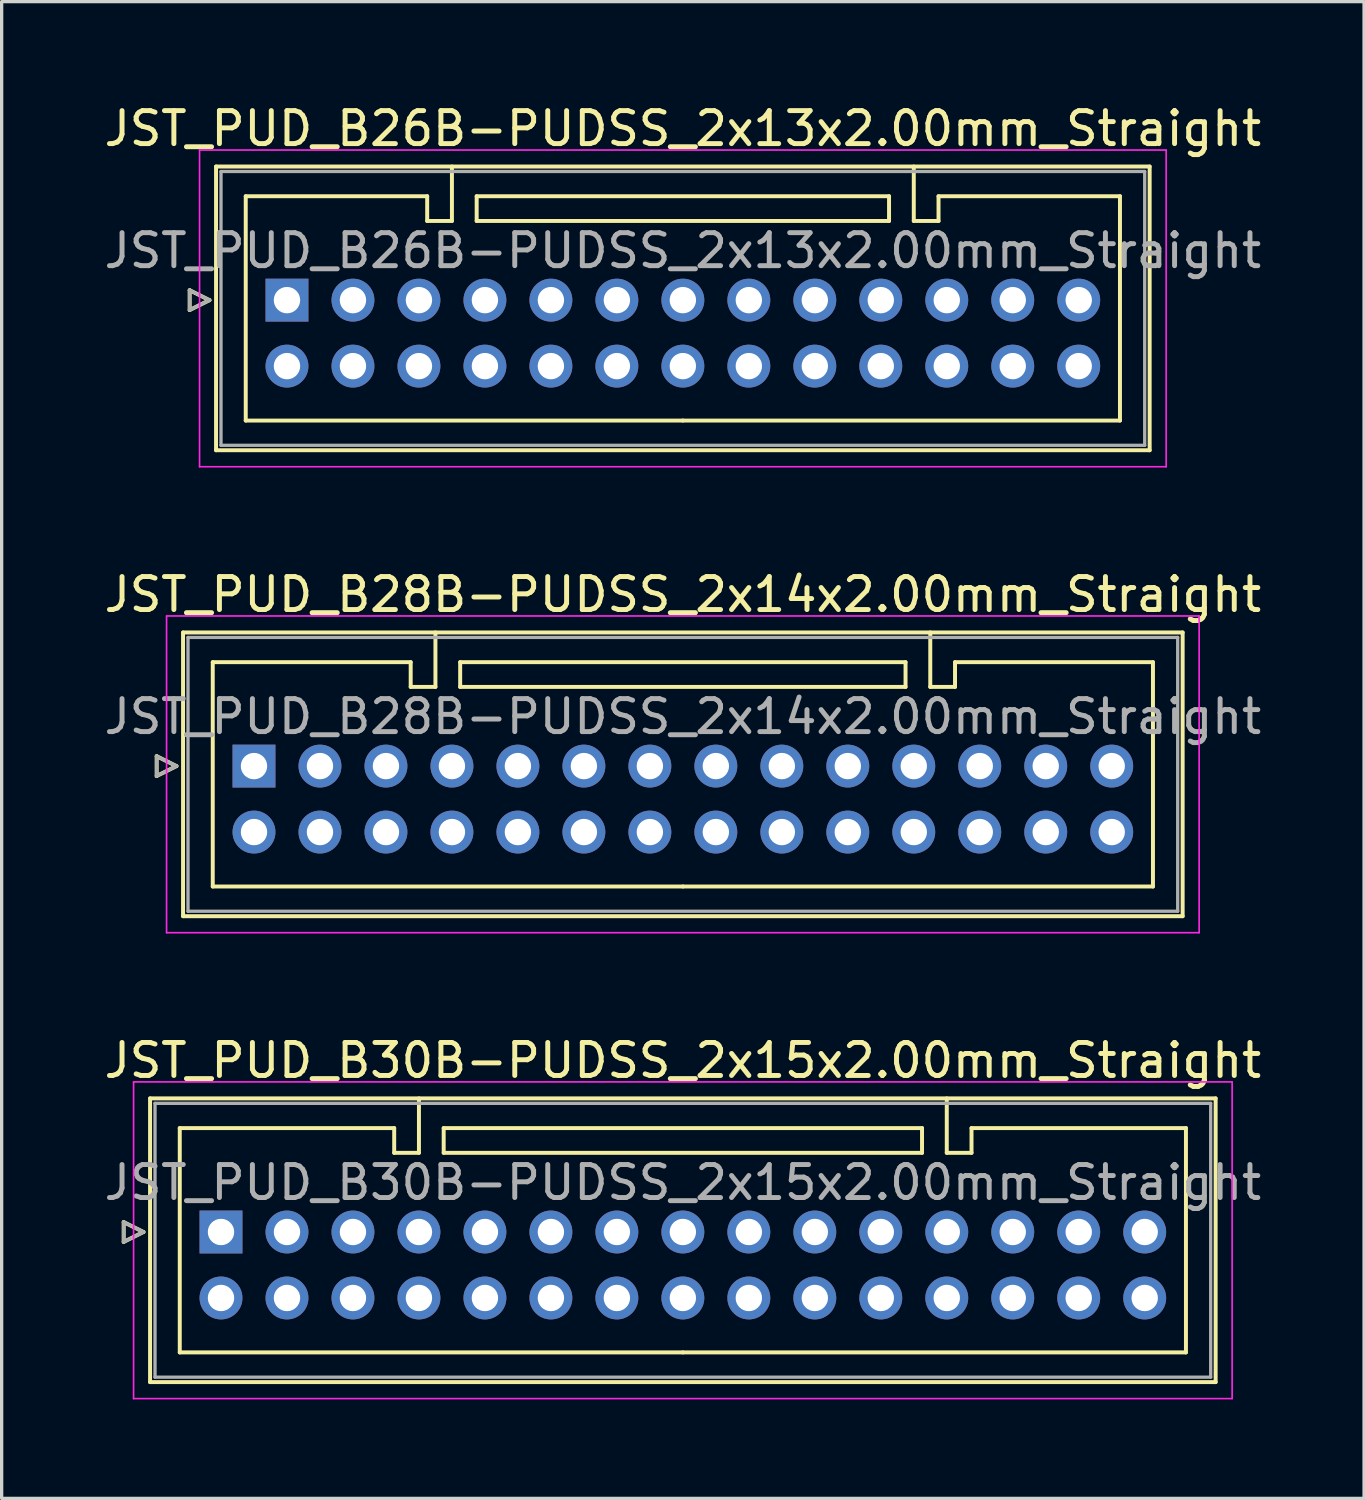
<source format=kicad_pcb>
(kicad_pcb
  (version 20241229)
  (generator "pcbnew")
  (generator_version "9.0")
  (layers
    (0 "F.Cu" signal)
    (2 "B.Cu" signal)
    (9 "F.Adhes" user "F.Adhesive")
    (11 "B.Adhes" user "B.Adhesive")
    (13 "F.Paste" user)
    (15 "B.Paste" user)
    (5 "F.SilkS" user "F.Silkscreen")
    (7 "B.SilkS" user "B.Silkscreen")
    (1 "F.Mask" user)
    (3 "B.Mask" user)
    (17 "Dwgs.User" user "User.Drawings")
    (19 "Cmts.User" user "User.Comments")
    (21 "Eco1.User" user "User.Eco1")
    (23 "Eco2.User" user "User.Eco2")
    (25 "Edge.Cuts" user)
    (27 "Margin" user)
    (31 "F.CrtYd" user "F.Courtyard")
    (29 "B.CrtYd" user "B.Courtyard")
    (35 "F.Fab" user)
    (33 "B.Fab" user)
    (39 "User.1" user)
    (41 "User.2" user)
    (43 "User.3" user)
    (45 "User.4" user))
  (footprint "JST_PUD_B30B-PUDSS_2x15x2.00mm_Straight"
    (layer "F.Cu")
    (at 3.649 34.295)
    (property "Reference" "JST_PUD_B30B-PUDSS_2x15x2.00mm_Straight" (at 14 -5.2 0) (layer "F.SilkS") (effects (font (size 1 1) (thickness 0.15))))
    (attr through_hole)
    (fp_line (start -2.95 -0.3) (end -2.35 0) (stroke (width 0.12) (type solid)) (layer "F.SilkS"))
    (fp_line (start -2.95 0.3) (end -2.95 -0.3) (stroke (width 0.12) (type solid)) (layer "F.SilkS"))
    (fp_line (start -2.35 0) (end -2.95 0.3) (stroke (width 0.12) (type solid)) (layer "F.SilkS"))
    (fp_line (start -2.15 -4.05) (end -2.15 4.55) (stroke (width 0.12) (type solid)) (layer "F.SilkS"))
    (fp_line (start -2.15 4.55) (end 30.15 4.55) (stroke (width 0.12) (type solid)) (layer "F.SilkS"))
    (fp_line (start -1.25 -3.15) (end -1.25 3.65) (stroke (width 0.12) (type solid)) (layer "F.SilkS"))
    (fp_line (start -1.25 3.65) (end 14 3.65) (stroke (width 0.12) (type solid)) (layer "F.SilkS"))
    (fp_line (start 5.25 -3.15) (end -1.25 -3.15) (stroke (width 0.12) (type solid)) (layer "F.SilkS"))
    (fp_line (start 5.25 -2.4) (end 5.25 -3.15) (stroke (width 0.12) (type solid)) (layer "F.SilkS"))
    (fp_line (start 6 -4.05) (end 6 -2.4) (stroke (width 0.12) (type solid)) (layer "F.SilkS"))
    (fp_line (start 6 -2.4) (end 5.25 -2.4) (stroke (width 0.12) (type solid)) (layer "F.SilkS"))
    (fp_line (start 6.75 -3.15) (end 6.75 -2.4) (stroke (width 0.12) (type solid)) (layer "F.SilkS"))
    (fp_line (start 6.75 -2.4) (end 21.25 -2.4) (stroke (width 0.12) (type solid)) (layer "F.SilkS"))
    (fp_line (start 21.25 -3.15) (end 6.75 -3.15) (stroke (width 0.12) (type solid)) (layer "F.SilkS"))
    (fp_line (start 21.25 -2.4) (end 21.25 -3.15) (stroke (width 0.12) (type solid)) (layer "F.SilkS"))
    (fp_line (start 22 -4.05) (end 22 -2.4) (stroke (width 0.12) (type solid)) (layer "F.SilkS"))
    (fp_line (start 22 -2.4) (end 22.75 -2.4) (stroke (width 0.12) (type solid)) (layer "F.SilkS"))
    (fp_line (start 22.75 -3.15) (end 29.25 -3.15) (stroke (width 0.12) (type solid)) (layer "F.SilkS"))
    (fp_line (start 22.75 -2.4) (end 22.75 -3.15) (stroke (width 0.12) (type solid)) (layer "F.SilkS"))
    (fp_line (start 29.25 -3.15) (end 29.25 3.65) (stroke (width 0.12) (type solid)) (layer "F.SilkS"))
    (fp_line (start 29.25 3.65) (end 14 3.65) (stroke (width 0.12) (type solid)) (layer "F.SilkS"))
    (fp_line (start 30.15 -4.05) (end -2.15 -4.05) (stroke (width 0.12) (type solid)) (layer "F.SilkS"))
    (fp_line (start 30.15 4.55) (end 30.15 -4.05) (stroke (width 0.12) (type solid)) (layer "F.SilkS"))
    (fp_line (start -2.65 -4.55) (end -2.65 5.05) (stroke (width 0.05) (type solid)) (layer "F.CrtYd"))
    (fp_line (start -2.65 5.05) (end 30.65 5.05) (stroke (width 0.05) (type solid)) (layer "F.CrtYd"))
    (fp_line (start 30.65 -4.55) (end -2.65 -4.55) (stroke (width 0.05) (type solid)) (layer "F.CrtYd"))
    (fp_line (start 30.65 5.05) (end 30.65 -4.55) (stroke (width 0.05) (type solid)) (layer "F.CrtYd"))
    (fp_line (start -2.95 -0.3) (end -2.35 0) (stroke (width 0.1) (type solid)) (layer "F.Fab"))
    (fp_line (start -2.95 0.3) (end -2.95 -0.3) (stroke (width 0.1) (type solid)) (layer "F.Fab"))
    (fp_line (start -2.35 0) (end -2.95 0.3) (stroke (width 0.1) (type solid)) (layer "F.Fab"))
    (fp_line (start -2 -3.9) (end -2 4.4) (stroke (width 0.1) (type solid)) (layer "F.Fab"))
    (fp_line (start -2 4.4) (end 30 4.4) (stroke (width 0.1) (type solid)) (layer "F.Fab"))
    (fp_line (start 30 -3.9) (end -2 -3.9) (stroke (width 0.1) (type solid)) (layer "F.Fab"))
    (fp_line (start 30 4.4) (end 30 -3.9) (stroke (width 0.1) (type solid)) (layer "F.Fab"))
    (fp_text user "${REFERENCE}" (at 14 -1.5 0) (layer "F.Fab") (effects (font (size 1 1) (thickness 0.15))))
    (pad "1" thru_hole rect (at 0 0) (size 1.3 1.3) (drill 0.8) (layers "*.Cu" "*.Mask"))
    (pad "2" thru_hole circle (at 0 2) (size 1.3 1.3) (drill 0.8) (layers "*.Cu" "*.Mask"))
    (pad "3" thru_hole circle (at 2 0) (size 1.3 1.3) (drill 0.8) (layers "*.Cu" "*.Mask"))
    (pad "4" thru_hole circle (at 2 2) (size 1.3 1.3) (drill 0.8) (layers "*.Cu" "*.Mask"))
    (pad "5" thru_hole circle (at 4 0) (size 1.3 1.3) (drill 0.8) (layers "*.Cu" "*.Mask"))
    (pad "6" thru_hole circle (at 4 2) (size 1.3 1.3) (drill 0.8) (layers "*.Cu" "*.Mask"))
    (pad "7" thru_hole circle (at 6 0) (size 1.3 1.3) (drill 0.8) (layers "*.Cu" "*.Mask"))
    (pad "8" thru_hole circle (at 6 2) (size 1.3 1.3) (drill 0.8) (layers "*.Cu" "*.Mask"))
    (pad "9" thru_hole circle (at 8 0) (size 1.3 1.3) (drill 0.8) (layers "*.Cu" "*.Mask"))
    (pad "10" thru_hole circle (at 8 2) (size 1.3 1.3) (drill 0.8) (layers "*.Cu" "*.Mask"))
    (pad "11" thru_hole circle (at 10 0) (size 1.3 1.3) (drill 0.8) (layers "*.Cu" "*.Mask"))
    (pad "12" thru_hole circle (at 10 2) (size 1.3 1.3) (drill 0.8) (layers "*.Cu" "*.Mask"))
    (pad "13" thru_hole circle (at 12 0) (size 1.3 1.3) (drill 0.8) (layers "*.Cu" "*.Mask"))
    (pad "14" thru_hole circle (at 12 2) (size 1.3 1.3) (drill 0.8) (layers "*.Cu" "*.Mask"))
    (pad "15" thru_hole circle (at 14 0) (size 1.3 1.3) (drill 0.8) (layers "*.Cu" "*.Mask"))
    (pad "16" thru_hole circle (at 14 2) (size 1.3 1.3) (drill 0.8) (layers "*.Cu" "*.Mask"))
    (pad "17" thru_hole circle (at 16 0) (size 1.3 1.3) (drill 0.8) (layers "*.Cu" "*.Mask"))
    (pad "18" thru_hole circle (at 16 2) (size 1.3 1.3) (drill 0.8) (layers "*.Cu" "*.Mask"))
    (pad "19" thru_hole circle (at 18 0) (size 1.3 1.3) (drill 0.8) (layers "*.Cu" "*.Mask"))
    (pad "20" thru_hole circle (at 18 2) (size 1.3 1.3) (drill 0.8) (layers "*.Cu" "*.Mask"))
    (pad "21" thru_hole circle (at 20 0) (size 1.3 1.3) (drill 0.8) (layers "*.Cu" "*.Mask"))
    (pad "22" thru_hole circle (at 20 2) (size 1.3 1.3) (drill 0.8) (layers "*.Cu" "*.Mask"))
    (pad "23" thru_hole circle (at 22 0) (size 1.3 1.3) (drill 0.8) (layers "*.Cu" "*.Mask"))
    (pad "24" thru_hole circle (at 22 2) (size 1.3 1.3) (drill 0.8) (layers "*.Cu" "*.Mask"))
    (pad "25" thru_hole circle (at 24 0) (size 1.3 1.3) (drill 0.8) (layers "*.Cu" "*.Mask"))
    (pad "26" thru_hole circle (at 24 2) (size 1.3 1.3) (drill 0.8) (layers "*.Cu" "*.Mask"))
    (pad "27" thru_hole circle (at 26 0) (size 1.3 1.3) (drill 0.8) (layers "*.Cu" "*.Mask"))
    (pad "28" thru_hole circle (at 26 2) (size 1.3 1.3) (drill 0.8) (layers "*.Cu" "*.Mask"))
    (pad "29" thru_hole circle (at 28 0) (size 1.3 1.3) (drill 0.8) (layers "*.Cu" "*.Mask"))
    (pad "30" thru_hole circle (at 28 2) (size 1.3 1.3) (drill 0.8) (layers "*.Cu" "*.Mask")))
  (footprint "JST_PUD_B28B-PUDSS_2x14x2.00mm_Straight"
    (layer "F.Cu")
    (at 4.649 20.172)
    (property "Reference" "JST_PUD_B28B-PUDSS_2x14x2.00mm_Straight" (at 13 -5.2 0) (layer "F.SilkS") (effects (font (size 1 1) (thickness 0.15))))
    (attr through_hole)
    (fp_line (start -2.95 -0.3) (end -2.35 0) (stroke (width 0.12) (type solid)) (layer "F.SilkS"))
    (fp_line (start -2.95 0.3) (end -2.95 -0.3) (stroke (width 0.12) (type solid)) (layer "F.SilkS"))
    (fp_line (start -2.35 0) (end -2.95 0.3) (stroke (width 0.12) (type solid)) (layer "F.SilkS"))
    (fp_line (start -2.15 -4.05) (end -2.15 4.55) (stroke (width 0.12) (type solid)) (layer "F.SilkS"))
    (fp_line (start -2.15 4.55) (end 28.15 4.55) (stroke (width 0.12) (type solid)) (layer "F.SilkS"))
    (fp_line (start -1.25 -3.15) (end -1.25 3.65) (stroke (width 0.12) (type solid)) (layer "F.SilkS"))
    (fp_line (start -1.25 3.65) (end 13 3.65) (stroke (width 0.12) (type solid)) (layer "F.SilkS"))
    (fp_line (start 4.75 -3.15) (end -1.25 -3.15) (stroke (width 0.12) (type solid)) (layer "F.SilkS"))
    (fp_line (start 4.75 -2.4) (end 4.75 -3.15) (stroke (width 0.12) (type solid)) (layer "F.SilkS"))
    (fp_line (start 5.5 -4.05) (end 5.5 -2.4) (stroke (width 0.12) (type solid)) (layer "F.SilkS"))
    (fp_line (start 5.5 -2.4) (end 4.75 -2.4) (stroke (width 0.12) (type solid)) (layer "F.SilkS"))
    (fp_line (start 6.25 -3.15) (end 6.25 -2.4) (stroke (width 0.12) (type solid)) (layer "F.SilkS"))
    (fp_line (start 6.25 -2.4) (end 19.75 -2.4) (stroke (width 0.12) (type solid)) (layer "F.SilkS"))
    (fp_line (start 19.75 -3.15) (end 6.25 -3.15) (stroke (width 0.12) (type solid)) (layer "F.SilkS"))
    (fp_line (start 19.75 -2.4) (end 19.75 -3.15) (stroke (width 0.12) (type solid)) (layer "F.SilkS"))
    (fp_line (start 20.5 -4.05) (end 20.5 -2.4) (stroke (width 0.12) (type solid)) (layer "F.SilkS"))
    (fp_line (start 20.5 -2.4) (end 21.25 -2.4) (stroke (width 0.12) (type solid)) (layer "F.SilkS"))
    (fp_line (start 21.25 -3.15) (end 27.25 -3.15) (stroke (width 0.12) (type solid)) (layer "F.SilkS"))
    (fp_line (start 21.25 -2.4) (end 21.25 -3.15) (stroke (width 0.12) (type solid)) (layer "F.SilkS"))
    (fp_line (start 27.25 -3.15) (end 27.25 3.65) (stroke (width 0.12) (type solid)) (layer "F.SilkS"))
    (fp_line (start 27.25 3.65) (end 13 3.65) (stroke (width 0.12) (type solid)) (layer "F.SilkS"))
    (fp_line (start 28.15 -4.05) (end -2.15 -4.05) (stroke (width 0.12) (type solid)) (layer "F.SilkS"))
    (fp_line (start 28.15 4.55) (end 28.15 -4.05) (stroke (width 0.12) (type solid)) (layer "F.SilkS"))
    (fp_line (start -2.65 -4.55) (end -2.65 5.05) (stroke (width 0.05) (type solid)) (layer "F.CrtYd"))
    (fp_line (start -2.65 5.05) (end 28.65 5.05) (stroke (width 0.05) (type solid)) (layer "F.CrtYd"))
    (fp_line (start 28.65 -4.55) (end -2.65 -4.55) (stroke (width 0.05) (type solid)) (layer "F.CrtYd"))
    (fp_line (start 28.65 5.05) (end 28.65 -4.55) (stroke (width 0.05) (type solid)) (layer "F.CrtYd"))
    (fp_line (start -2.95 -0.3) (end -2.35 0) (stroke (width 0.1) (type solid)) (layer "F.Fab"))
    (fp_line (start -2.95 0.3) (end -2.95 -0.3) (stroke (width 0.1) (type solid)) (layer "F.Fab"))
    (fp_line (start -2.35 0) (end -2.95 0.3) (stroke (width 0.1) (type solid)) (layer "F.Fab"))
    (fp_line (start -2 -3.9) (end -2 4.4) (stroke (width 0.1) (type solid)) (layer "F.Fab"))
    (fp_line (start -2 4.4) (end 28 4.4) (stroke (width 0.1) (type solid)) (layer "F.Fab"))
    (fp_line (start 28 -3.9) (end -2 -3.9) (stroke (width 0.1) (type solid)) (layer "F.Fab"))
    (fp_line (start 28 4.4) (end 28 -3.9) (stroke (width 0.1) (type solid)) (layer "F.Fab"))
    (fp_text user "${REFERENCE}" (at 13 -1.5 0) (layer "F.Fab") (effects (font (size 1 1) (thickness 0.15))))
    (pad "1" thru_hole rect (at 0 0) (size 1.3 1.3) (drill 0.8) (layers "*.Cu" "*.Mask"))
    (pad "2" thru_hole circle (at 0 2) (size 1.3 1.3) (drill 0.8) (layers "*.Cu" "*.Mask"))
    (pad "3" thru_hole circle (at 2 0) (size 1.3 1.3) (drill 0.8) (layers "*.Cu" "*.Mask"))
    (pad "4" thru_hole circle (at 2 2) (size 1.3 1.3) (drill 0.8) (layers "*.Cu" "*.Mask"))
    (pad "5" thru_hole circle (at 4 0) (size 1.3 1.3) (drill 0.8) (layers "*.Cu" "*.Mask"))
    (pad "6" thru_hole circle (at 4 2) (size 1.3 1.3) (drill 0.8) (layers "*.Cu" "*.Mask"))
    (pad "7" thru_hole circle (at 6 0) (size 1.3 1.3) (drill 0.8) (layers "*.Cu" "*.Mask"))
    (pad "8" thru_hole circle (at 6 2) (size 1.3 1.3) (drill 0.8) (layers "*.Cu" "*.Mask"))
    (pad "9" thru_hole circle (at 8 0) (size 1.3 1.3) (drill 0.8) (layers "*.Cu" "*.Mask"))
    (pad "10" thru_hole circle (at 8 2) (size 1.3 1.3) (drill 0.8) (layers "*.Cu" "*.Mask"))
    (pad "11" thru_hole circle (at 10 0) (size 1.3 1.3) (drill 0.8) (layers "*.Cu" "*.Mask"))
    (pad "12" thru_hole circle (at 10 2) (size 1.3 1.3) (drill 0.8) (layers "*.Cu" "*.Mask"))
    (pad "13" thru_hole circle (at 12 0) (size 1.3 1.3) (drill 0.8) (layers "*.Cu" "*.Mask"))
    (pad "14" thru_hole circle (at 12 2) (size 1.3 1.3) (drill 0.8) (layers "*.Cu" "*.Mask"))
    (pad "15" thru_hole circle (at 14 0) (size 1.3 1.3) (drill 0.8) (layers "*.Cu" "*.Mask"))
    (pad "16" thru_hole circle (at 14 2) (size 1.3 1.3) (drill 0.8) (layers "*.Cu" "*.Mask"))
    (pad "17" thru_hole circle (at 16 0) (size 1.3 1.3) (drill 0.8) (layers "*.Cu" "*.Mask"))
    (pad "18" thru_hole circle (at 16 2) (size 1.3 1.3) (drill 0.8) (layers "*.Cu" "*.Mask"))
    (pad "19" thru_hole circle (at 18 0) (size 1.3 1.3) (drill 0.8) (layers "*.Cu" "*.Mask"))
    (pad "20" thru_hole circle (at 18 2) (size 1.3 1.3) (drill 0.8) (layers "*.Cu" "*.Mask"))
    (pad "21" thru_hole circle (at 20 0) (size 1.3 1.3) (drill 0.8) (layers "*.Cu" "*.Mask"))
    (pad "22" thru_hole circle (at 20 2) (size 1.3 1.3) (drill 0.8) (layers "*.Cu" "*.Mask"))
    (pad "23" thru_hole circle (at 22 0) (size 1.3 1.3) (drill 0.8) (layers "*.Cu" "*.Mask"))
    (pad "24" thru_hole circle (at 22 2) (size 1.3 1.3) (drill 0.8) (layers "*.Cu" "*.Mask"))
    (pad "25" thru_hole circle (at 24 0) (size 1.3 1.3) (drill 0.8) (layers "*.Cu" "*.Mask"))
    (pad "26" thru_hole circle (at 24 2) (size 1.3 1.3) (drill 0.8) (layers "*.Cu" "*.Mask"))
    (pad "27" thru_hole circle (at 26 0) (size 1.3 1.3) (drill 0.8) (layers "*.Cu" "*.Mask"))
    (pad "28" thru_hole circle (at 26 2) (size 1.3 1.3) (drill 0.8) (layers "*.Cu" "*.Mask")))
  (footprint "JST_PUD_B26B-PUDSS_2x13x2.00mm_Straight"
    (layer "F.Cu")
    (at 5.649 6.048)
    (property "Reference" "JST_PUD_B26B-PUDSS_2x13x2.00mm_Straight" (at 12 -5.2 0) (layer "F.SilkS") (effects (font (size 1 1) (thickness 0.15))))
    (attr through_hole)
    (fp_line (start -2.95 -0.3) (end -2.35 0) (stroke (width 0.12) (type solid)) (layer "F.SilkS"))
    (fp_line (start -2.95 0.3) (end -2.95 -0.3) (stroke (width 0.12) (type solid)) (layer "F.SilkS"))
    (fp_line (start -2.35 0) (end -2.95 0.3) (stroke (width 0.12) (type solid)) (layer "F.SilkS"))
    (fp_line (start -2.15 -4.05) (end -2.15 4.55) (stroke (width 0.12) (type solid)) (layer "F.SilkS"))
    (fp_line (start -2.15 4.55) (end 26.15 4.55) (stroke (width 0.12) (type solid)) (layer "F.SilkS"))
    (fp_line (start -1.25 -3.15) (end -1.25 3.65) (stroke (width 0.12) (type solid)) (layer "F.SilkS"))
    (fp_line (start -1.25 3.65) (end 12 3.65) (stroke (width 0.12) (type solid)) (layer "F.SilkS"))
    (fp_line (start 4.25 -3.15) (end -1.25 -3.15) (stroke (width 0.12) (type solid)) (layer "F.SilkS"))
    (fp_line (start 4.25 -2.4) (end 4.25 -3.15) (stroke (width 0.12) (type solid)) (layer "F.SilkS"))
    (fp_line (start 5 -4.05) (end 5 -2.4) (stroke (width 0.12) (type solid)) (layer "F.SilkS"))
    (fp_line (start 5 -2.4) (end 4.25 -2.4) (stroke (width 0.12) (type solid)) (layer "F.SilkS"))
    (fp_line (start 5.75 -3.15) (end 5.75 -2.4) (stroke (width 0.12) (type solid)) (layer "F.SilkS"))
    (fp_line (start 5.75 -2.4) (end 18.25 -2.4) (stroke (width 0.12) (type solid)) (layer "F.SilkS"))
    (fp_line (start 18.25 -3.15) (end 5.75 -3.15) (stroke (width 0.12) (type solid)) (layer "F.SilkS"))
    (fp_line (start 18.25 -2.4) (end 18.25 -3.15) (stroke (width 0.12) (type solid)) (layer "F.SilkS"))
    (fp_line (start 19 -4.05) (end 19 -2.4) (stroke (width 0.12) (type solid)) (layer "F.SilkS"))
    (fp_line (start 19 -2.4) (end 19.75 -2.4) (stroke (width 0.12) (type solid)) (layer "F.SilkS"))
    (fp_line (start 19.75 -3.15) (end 25.25 -3.15) (stroke (width 0.12) (type solid)) (layer "F.SilkS"))
    (fp_line (start 19.75 -2.4) (end 19.75 -3.15) (stroke (width 0.12) (type solid)) (layer "F.SilkS"))
    (fp_line (start 25.25 -3.15) (end 25.25 3.65) (stroke (width 0.12) (type solid)) (layer "F.SilkS"))
    (fp_line (start 25.25 3.65) (end 12 3.65) (stroke (width 0.12) (type solid)) (layer "F.SilkS"))
    (fp_line (start 26.15 -4.05) (end -2.15 -4.05) (stroke (width 0.12) (type solid)) (layer "F.SilkS"))
    (fp_line (start 26.15 4.55) (end 26.15 -4.05) (stroke (width 0.12) (type solid)) (layer "F.SilkS"))
    (fp_line (start -2.65 -4.55) (end -2.65 5.05) (stroke (width 0.05) (type solid)) (layer "F.CrtYd"))
    (fp_line (start -2.65 5.05) (end 26.65 5.05) (stroke (width 0.05) (type solid)) (layer "F.CrtYd"))
    (fp_line (start 26.65 -4.55) (end -2.65 -4.55) (stroke (width 0.05) (type solid)) (layer "F.CrtYd"))
    (fp_line (start 26.65 5.05) (end 26.65 -4.55) (stroke (width 0.05) (type solid)) (layer "F.CrtYd"))
    (fp_line (start -2.95 -0.3) (end -2.35 0) (stroke (width 0.1) (type solid)) (layer "F.Fab"))
    (fp_line (start -2.95 0.3) (end -2.95 -0.3) (stroke (width 0.1) (type solid)) (layer "F.Fab"))
    (fp_line (start -2.35 0) (end -2.95 0.3) (stroke (width 0.1) (type solid)) (layer "F.Fab"))
    (fp_line (start -2 -3.9) (end -2 4.4) (stroke (width 0.1) (type solid)) (layer "F.Fab"))
    (fp_line (start -2 4.4) (end 26 4.4) (stroke (width 0.1) (type solid)) (layer "F.Fab"))
    (fp_line (start 26 -3.9) (end -2 -3.9) (stroke (width 0.1) (type solid)) (layer "F.Fab"))
    (fp_line (start 26 4.4) (end 26 -3.9) (stroke (width 0.1) (type solid)) (layer "F.Fab"))
    (fp_text user "${REFERENCE}" (at 12 -1.5 0) (layer "F.Fab") (effects (font (size 1 1) (thickness 0.15))))
    (pad "1" thru_hole rect (at 0 0) (size 1.3 1.3) (drill 0.8) (layers "*.Cu" "*.Mask"))
    (pad "2" thru_hole circle (at 0 2) (size 1.3 1.3) (drill 0.8) (layers "*.Cu" "*.Mask"))
    (pad "3" thru_hole circle (at 2 0) (size 1.3 1.3) (drill 0.8) (layers "*.Cu" "*.Mask"))
    (pad "4" thru_hole circle (at 2 2) (size 1.3 1.3) (drill 0.8) (layers "*.Cu" "*.Mask"))
    (pad "5" thru_hole circle (at 4 0) (size 1.3 1.3) (drill 0.8) (layers "*.Cu" "*.Mask"))
    (pad "6" thru_hole circle (at 4 2) (size 1.3 1.3) (drill 0.8) (layers "*.Cu" "*.Mask"))
    (pad "7" thru_hole circle (at 6 0) (size 1.3 1.3) (drill 0.8) (layers "*.Cu" "*.Mask"))
    (pad "8" thru_hole circle (at 6 2) (size 1.3 1.3) (drill 0.8) (layers "*.Cu" "*.Mask"))
    (pad "9" thru_hole circle (at 8 0) (size 1.3 1.3) (drill 0.8) (layers "*.Cu" "*.Mask"))
    (pad "10" thru_hole circle (at 8 2) (size 1.3 1.3) (drill 0.8) (layers "*.Cu" "*.Mask"))
    (pad "11" thru_hole circle (at 10 0) (size 1.3 1.3) (drill 0.8) (layers "*.Cu" "*.Mask"))
    (pad "12" thru_hole circle (at 10 2) (size 1.3 1.3) (drill 0.8) (layers "*.Cu" "*.Mask"))
    (pad "13" thru_hole circle (at 12 0) (size 1.3 1.3) (drill 0.8) (layers "*.Cu" "*.Mask"))
    (pad "14" thru_hole circle (at 12 2) (size 1.3 1.3) (drill 0.8) (layers "*.Cu" "*.Mask"))
    (pad "15" thru_hole circle (at 14 0) (size 1.3 1.3) (drill 0.8) (layers "*.Cu" "*.Mask"))
    (pad "16" thru_hole circle (at 14 2) (size 1.3 1.3) (drill 0.8) (layers "*.Cu" "*.Mask"))
    (pad "17" thru_hole circle (at 16 0) (size 1.3 1.3) (drill 0.8) (layers "*.Cu" "*.Mask"))
    (pad "18" thru_hole circle (at 16 2) (size 1.3 1.3) (drill 0.8) (layers "*.Cu" "*.Mask"))
    (pad "19" thru_hole circle (at 18 0) (size 1.3 1.3) (drill 0.8) (layers "*.Cu" "*.Mask"))
    (pad "20" thru_hole circle (at 18 2) (size 1.3 1.3) (drill 0.8) (layers "*.Cu" "*.Mask"))
    (pad "21" thru_hole circle (at 20 0) (size 1.3 1.3) (drill 0.8) (layers "*.Cu" "*.Mask"))
    (pad "22" thru_hole circle (at 20 2) (size 1.3 1.3) (drill 0.8) (layers "*.Cu" "*.Mask"))
    (pad "23" thru_hole circle (at 22 0) (size 1.3 1.3) (drill 0.8) (layers "*.Cu" "*.Mask"))
    (pad "24" thru_hole circle (at 22 2) (size 1.3 1.3) (drill 0.8) (layers "*.Cu" "*.Mask"))
    (pad "25" thru_hole circle (at 24 0) (size 1.3 1.3) (drill 0.8) (layers "*.Cu" "*.Mask"))
    (pad "26" thru_hole circle (at 24 2) (size 1.3 1.3) (drill 0.8) (layers "*.Cu" "*.Mask")))
  (gr_rect
    (start -3 -3)
    (end 38.298 42.37)
    (stroke (width 0.1) (type default))
    (fill no)
    (layer "Edge.Cuts")))
</source>
